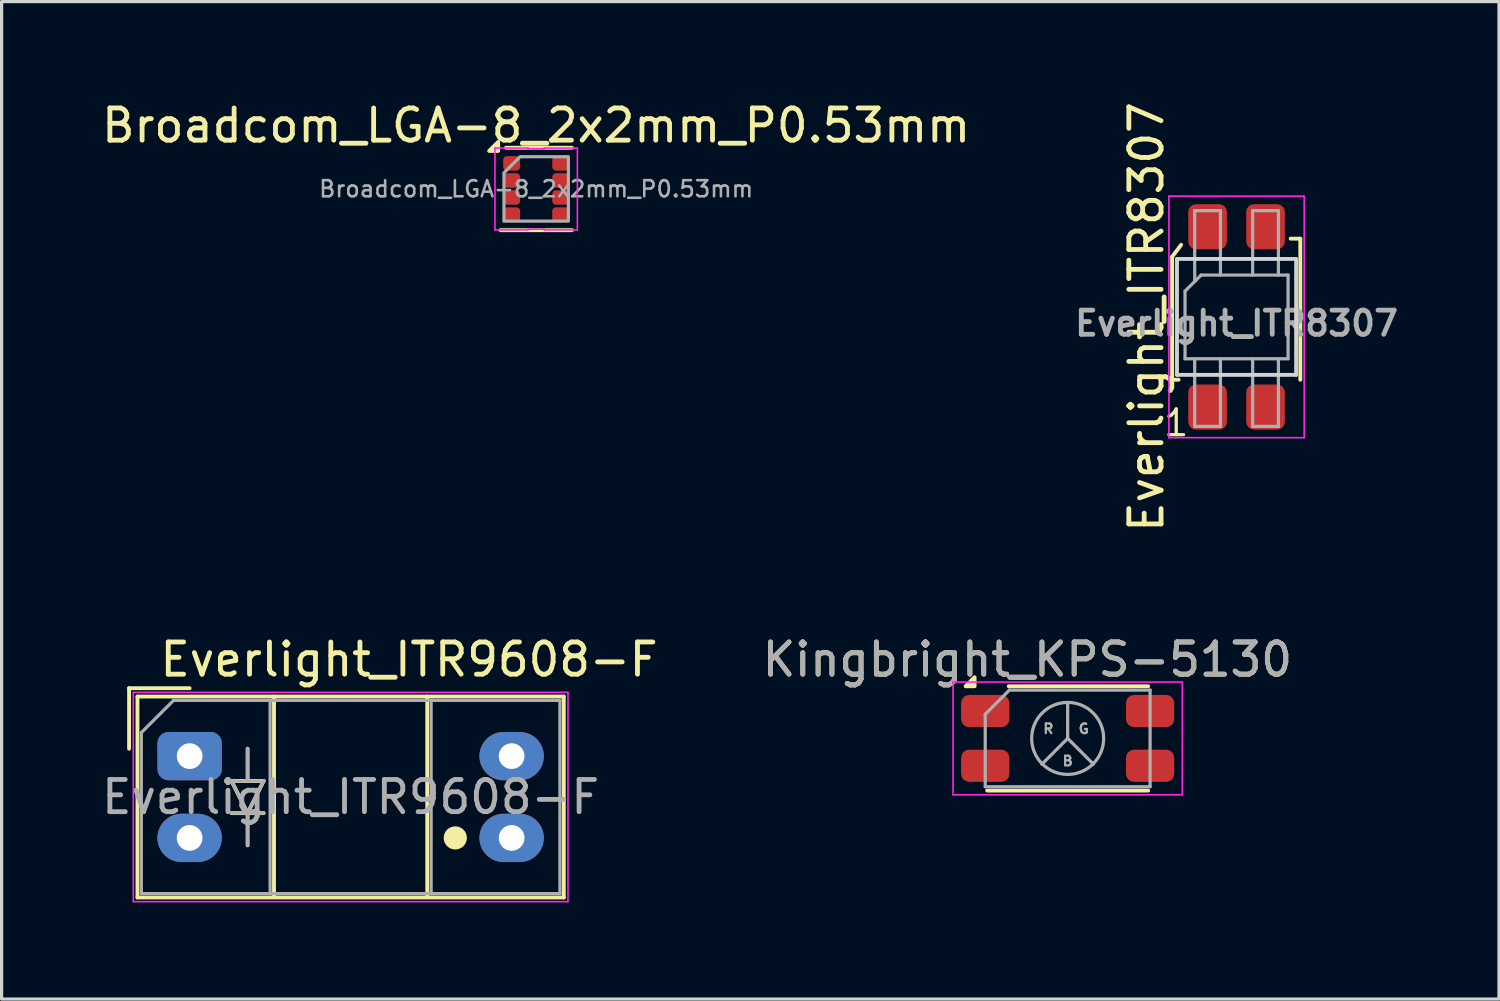
<source format=kicad_pcb>
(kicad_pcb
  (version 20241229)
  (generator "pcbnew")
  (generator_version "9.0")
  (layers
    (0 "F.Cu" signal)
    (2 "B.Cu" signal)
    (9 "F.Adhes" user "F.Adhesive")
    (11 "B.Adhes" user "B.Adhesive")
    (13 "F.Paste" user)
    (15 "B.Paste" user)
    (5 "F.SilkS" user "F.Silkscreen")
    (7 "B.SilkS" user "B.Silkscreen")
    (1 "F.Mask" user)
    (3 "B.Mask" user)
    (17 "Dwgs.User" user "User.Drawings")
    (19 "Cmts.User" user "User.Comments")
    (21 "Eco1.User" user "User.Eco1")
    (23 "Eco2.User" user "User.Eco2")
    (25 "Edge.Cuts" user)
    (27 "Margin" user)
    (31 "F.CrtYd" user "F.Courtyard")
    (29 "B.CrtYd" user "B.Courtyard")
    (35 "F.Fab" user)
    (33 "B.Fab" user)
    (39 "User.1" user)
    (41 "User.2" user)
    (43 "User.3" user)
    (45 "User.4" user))
  (footprint "Everlight_ITR8307"
    (layer "F.Cu")
    (at 35.352 6.792)
    (property "Reference" "Everlight_ITR8307" (at -2.8 0 90) (layer "F.SilkS") (effects (font (size 1 1) (thickness 0.15))))
    (attr smd)
    (fp_line (start -2 -1.87) (end -2 1.94) (stroke (width 0.12) (type default)) (layer "F.SilkS"))
    (fp_line (start -2 1.95) (end -1.8 1.95) (stroke (width 0.12) (type solid)) (layer "F.SilkS"))
    (fp_line (start -1.72 -2.24) (end -2 -1.87) (stroke (width 0.12) (type default)) (layer "F.SilkS"))
    (fp_line (start 1.98 -2.43) (end 1.68 -2.43) (stroke (width 0.12) (type default)) (layer "F.SilkS"))
    (fp_line (start 1.98 -2.43) (end 1.98 1.95) (stroke (width 0.12) (type default)) (layer "F.SilkS"))
    (fp_line (start -1.85 -1.8) (end 1.85 -1.8) (stroke (width 0.12) (type solid)) (layer "Edge.Cuts"))
    (fp_line (start -1.85 1.8) (end -1.85 -1.8) (stroke (width 0.12) (type solid)) (layer "Edge.Cuts"))
    (fp_line (start 1.85 -1.8) (end 1.85 1.8) (stroke (width 0.12) (type solid)) (layer "Edge.Cuts"))
    (fp_line (start 1.85 1.8) (end -1.85 1.8) (stroke (width 0.12) (type solid)) (layer "Edge.Cuts"))
    (fp_line (start -2.1 -3.75) (end -2.1 3.75) (stroke (width 0.05) (type solid)) (layer "F.CrtYd"))
    (fp_line (start -2.1 -3.75) (end 2.1 -3.75) (stroke (width 0.05) (type solid)) (layer "F.CrtYd"))
    (fp_line (start 2.1 3.75) (end -2.1 3.75) (stroke (width 0.05) (type solid)) (layer "F.CrtYd"))
    (fp_line (start 2.1 3.75) (end 2.1 -3.75) (stroke (width 0.05) (type solid)) (layer "F.CrtYd"))
    (fp_line (start -1.6 -0.8) (end -1.1 -1.3) (stroke (width 0.1) (type solid)) (layer "F.Fab"))
    (fp_line (start -1.6 1.3) (end -1.6 -0.8) (stroke (width 0.1) (type solid)) (layer "F.Fab"))
    (fp_line (start -1.3 -3.3) (end -1.3 -1.1) (stroke (width 0.1) (type solid)) (layer "F.Fab"))
    (fp_line (start -1.3 -3.3) (end -0.5 -3.3) (stroke (width 0.1) (type solid)) (layer "F.Fab"))
    (fp_line (start -1.3 3.4) (end -1.3 1.3) (stroke (width 0.1) (type solid)) (layer "F.Fab"))
    (fp_line (start -1.1 -1.3) (end 1.6 -1.3) (stroke (width 0.1) (type solid)) (layer "F.Fab"))
    (fp_line (start -0.5 -3.3) (end -0.5 -1.3) (stroke (width 0.1) (type solid)) (layer "F.Fab"))
    (fp_line (start -0.5 1.3) (end -0.5 3.4) (stroke (width 0.1) (type solid)) (layer "F.Fab"))
    (fp_line (start -0.5 3.4) (end -1.3 3.4) (stroke (width 0.1) (type solid)) (layer "F.Fab"))
    (fp_line (start 0.5 -3.3) (end 1.3 -3.3) (stroke (width 0.1) (type solid)) (layer "F.Fab"))
    (fp_line (start 0.5 -1.3) (end 0.5 -3.3) (stroke (width 0.1) (type solid)) (layer "F.Fab"))
    (fp_line (start 0.5 1.3) (end 0.5 3.4) (stroke (width 0.1) (type solid)) (layer "F.Fab"))
    (fp_line (start 0.5 3.4) (end 1.3 3.4) (stroke (width 0.1) (type solid)) (layer "F.Fab"))
    (fp_line (start 1.3 -3.3) (end 1.3 -1.3) (stroke (width 0.1) (type solid)) (layer "F.Fab"))
    (fp_line (start 1.3 3.4) (end 1.3 1.3) (stroke (width 0.1) (type solid)) (layer "F.Fab"))
    (fp_line (start 1.6 -1.3) (end 1.6 1.3) (stroke (width 0.1) (type solid)) (layer "F.Fab"))
    (fp_line (start 1.6 1.3) (end -1.6 1.3) (stroke (width 0.1) (type solid)) (layer "F.Fab"))
    (fp_text user "1" (at -2.32 3.76 0) (unlocked yes) (layer "F.SilkS") (effects (font (size 0.8 0.8) (thickness 0.1)) (justify left bottom)))
    (fp_text user "${REFERENCE}" (at 0 0.2 0) (layer "F.Fab") (effects (font (size 0.75 0.75) (thickness 0.15))))
    (pad "1" smd roundrect (at -0.9 2.8) (size 1.2 1.4) (layers "F.Cu" "F.Mask" "F.Paste") (roundrect_rratio 0.2))
    (pad "2" smd roundrect (at -0.9 -2.8) (size 1.2 1.4) (layers "F.Cu" "F.Mask" "F.Paste") (roundrect_rratio 0.2))
    (pad "3" smd roundrect (at 0.9 2.8) (size 1.2 1.4) (layers "F.Cu" "F.Mask" "F.Paste") (roundrect_rratio 0.2))
    (pad "4" smd roundrect (at 0.9 -2.8) (size 1.2 1.4) (layers "F.Cu" "F.Mask" "F.Paste") (roundrect_rratio 0.2)))
  (footprint "Broadcom_LGA-8_2x2mm_P0.53mm"
    (layer "F.Cu")
    (at 13.601 2.818)
    (property "Reference" "Broadcom_LGA-8_2x2mm_P0.53mm" (at 0 -1.97 0) (layer "F.SilkS") (effects (font (size 1 1) (thickness 0.15))))
    (attr smd)
    (fp_line (start -0.94 -1.28) (end 1.11 -1.28) (stroke (width 0.12) (type solid)) (layer "F.SilkS"))
    (fp_line (start 1.11 1.28) (end -1.11 1.28) (stroke (width 0.12) (type solid)) (layer "F.SilkS"))
    (fp_poly (pts (xy -1.18 -1.18) (xy -1.46 -1.18) (xy -1.18 -1.46)) (stroke (width 0.12) (type solid)) (fill yes) (layer "F.SilkS"))
    (fp_line (start -1.28 -1.27) (end -0.25 -1.27) (stroke (width 0.05) (type solid)) (layer "F.CrtYd"))
    (fp_line (start -1.28 1.27) (end -1.28 -1.27) (stroke (width 0.05) (type solid)) (layer "F.CrtYd"))
    (fp_line (start -0.25 -1.27) (end -0.25 -1.25) (stroke (width 0.05) (type solid)) (layer "F.CrtYd"))
    (fp_line (start -0.25 -1.25) (end 0.25 -1.25) (stroke (width 0.05) (type solid)) (layer "F.CrtYd"))
    (fp_line (start -0.25 1.25) (end -0.25 1.27) (stroke (width 0.05) (type solid)) (layer "F.CrtYd"))
    (fp_line (start -0.25 1.27) (end -1.28 1.27) (stroke (width 0.05) (type solid)) (layer "F.CrtYd"))
    (fp_line (start 0.25 -1.27) (end 1.28 -1.27) (stroke (width 0.05) (type solid)) (layer "F.CrtYd"))
    (fp_line (start 0.25 -1.25) (end 0.25 -1.27) (stroke (width 0.05) (type solid)) (layer "F.CrtYd"))
    (fp_line (start 0.25 1.25) (end -0.25 1.25) (stroke (width 0.05) (type solid)) (layer "F.CrtYd"))
    (fp_line (start 0.25 1.27) (end 0.25 1.25) (stroke (width 0.05) (type solid)) (layer "F.CrtYd"))
    (fp_line (start 1.28 -1.27) (end 1.28 1.27) (stroke (width 0.05) (type solid)) (layer "F.CrtYd"))
    (fp_line (start 1.28 1.27) (end 0.25 1.27) (stroke (width 0.05) (type solid)) (layer "F.CrtYd"))
    (fp_poly (pts (xy -1 -0.5) (xy -1 1) (xy 1 1) (xy 1 -1) (xy -0.5 -1)) (stroke (width 0.1) (type solid)) (fill no) (layer "F.Fab"))
    (fp_text user "${REFERENCE}" (at 0 0 0) (layer "F.Fab") (effects (font (size 0.5 0.5) (thickness 0.08))))
    (pad "1" smd roundrect (at -0.762 -0.795) (size 0.525 0.45) (layers "F.Cu" "F.Mask" "F.Paste") (roundrect_rratio 0.25))
    (pad "2" smd roundrect (at -0.762 -0.265) (size 0.525 0.45) (layers "F.Cu" "F.Mask" "F.Paste") (roundrect_rratio 0.25))
    (pad "3" smd roundrect (at -0.762 0.265) (size 0.525 0.45) (layers "F.Cu" "F.Mask" "F.Paste") (roundrect_rratio 0.25))
    (pad "4" smd roundrect (at -0.762 0.795) (size 0.525 0.45) (layers "F.Cu" "F.Mask" "F.Paste") (roundrect_rratio 0.25))
    (pad "5" smd roundrect (at 0.762 0.795) (size 0.525 0.45) (layers "F.Cu" "F.Mask" "F.Paste") (roundrect_rratio 0.25))
    (pad "6" smd roundrect (at 0.762 0.265) (size 0.525 0.45) (layers "F.Cu" "F.Mask" "F.Paste") (roundrect_rratio 0.25))
    (pad "7" smd roundrect (at 0.762 -0.265) (size 0.525 0.45) (layers "F.Cu" "F.Mask" "F.Paste") (roundrect_rratio 0.25))
    (pad "8" smd roundrect (at 0.762 -0.795) (size 0.525 0.45) (layers "F.Cu" "F.Mask" "F.Paste") (roundrect_rratio 0.25)))
  (footprint "Kingbright_KPS-5130"
    (layer "F.Cu")
    (at 30.107 19.882)
    (property "Reference" "Kingbright_KPS-5130" (at -1.25 -2.45 0) (layer "F.SilkS") (effects (font (size 1 1) (thickness 0.15))))
    (attr smd)
    (fp_line (start -1.83 -1.62) (end 2.5 -1.62) (stroke (width 0.12) (type solid)) (layer "F.SilkS"))
    (fp_line (start 2.5 1.62) (end -2.5 1.62) (stroke (width 0.12) (type solid)) (layer "F.SilkS"))
    (fp_poly (pts (xy -2.89 -1.62) (xy -3.17 -1.62) (xy -2.89 -1.9) (xy -2.89 -1.62)) (stroke (width 0.12) (type solid)) (fill yes) (layer "F.SilkS"))
    (fp_line (start -3.56 -1.75) (end -3.56 1.75) (stroke (width 0.05) (type solid)) (layer "F.CrtYd"))
    (fp_line (start -3.56 -1.75) (end 3.56 -1.75) (stroke (width 0.05) (type solid)) (layer "F.CrtYd"))
    (fp_line (start 3.56 1.75) (end -3.56 1.75) (stroke (width 0.05) (type solid)) (layer "F.CrtYd"))
    (fp_line (start 3.56 1.75) (end 3.56 -1.75) (stroke (width 0.05) (type solid)) (layer "F.CrtYd"))
    (fp_line (start -2.56 -0.75) (end -2.56 1.5) (stroke (width 0.1) (type solid)) (layer "F.Fab"))
    (fp_line (start -2.56 -0.75) (end -1.81 -1.5) (stroke (width 0.1) (type solid)) (layer "F.Fab"))
    (fp_line (start -2.56 1.5) (end 2.56 1.5) (stroke (width 0.1) (type solid)) (layer "F.Fab"))
    (fp_line (start 0 0) (end -0.8 0.8) (stroke (width 0.1) (type solid)) (layer "F.Fab"))
    (fp_line (start 0 0) (end 0 -1.1) (stroke (width 0.1) (type solid)) (layer "F.Fab"))
    (fp_line (start 0 0) (end 0.8 0.8) (stroke (width 0.1) (type solid)) (layer "F.Fab"))
    (fp_line (start 2.56 -1.5) (end -1.81 -1.5) (stroke (width 0.1) (type solid)) (layer "F.Fab"))
    (fp_line (start 2.56 1.5) (end 2.56 -1.5) (stroke (width 0.1) (type solid)) (layer "F.Fab"))
    (fp_circle (center 0 0) (end 1 0.5) (stroke (width 0.1) (type solid)) (fill no) (layer "F.Fab"))
    (fp_text user "B" (at 0 0.7 0) (layer "F.Fab") (effects (font (size 0.3 0.3) (thickness 0.07))))
    (fp_text user "G" (at 0.5 -0.3 0) (layer "F.Fab") (effects (font (size 0.3 0.3) (thickness 0.07))))
    (fp_text user "${REFERENCE}" (at -1.25 -2.45 0) (layer "F.Fab") (effects (font (size 1 1) (thickness 0.15))))
    (fp_text user "R" (at -0.6 -0.3 0) (layer "F.Fab") (effects (font (size 0.3 0.3) (thickness 0.07))))
    (pad "1" smd roundrect (at -2.56 -0.85) (size 1.5 1) (layers "F.Cu" "F.Mask" "F.Paste") (roundrect_rratio 0.25))
    (pad "2" smd roundrect (at 2.56 -0.85) (size 1.5 1) (layers "F.Cu" "F.Mask" "F.Paste") (roundrect_rratio 0.25))
    (pad "3" smd roundrect (at -2.56 0.85) (size 1.5 1) (layers "F.Cu" "F.Mask" "F.Paste") (roundrect_rratio 0.25))
    (pad "4" smd roundrect (at 2.56 0.85) (size 1.5 1) (layers "F.Cu" "F.Mask" "F.Paste") (roundrect_rratio 0.25)))
  (footprint "Everlight_ITR9608-F"
    (layer "F.Cu")
    (at 2.839 20.432)
    (property "Reference" "Everlight_ITR9608-F" (at -1 -3 180) (layer "F.SilkS") (effects (font (size 1 1) (thickness 0.15)) (justify left)))
    (attr through_hole)
    (fp_line (start -1.88 -2.11) (end -1.88 -0.23) (stroke (width 0.12) (type solid)) (layer "F.SilkS"))
    (fp_line (start -1.88 -2.11) (end 0 -2.11) (stroke (width 0.12) (type solid)) (layer "F.SilkS"))
    (fp_line (start -1.62 -1.85) (end 11.62 -1.85) (stroke (width 0.12) (type solid)) (layer "F.SilkS"))
    (fp_line (start -1.62 4.39) (end -1.62 -1.85) (stroke (width 0.12) (type solid)) (layer "F.SilkS"))
    (fp_line (start 1.3 0.77) (end 1.8 1.77) (stroke (width 0.12) (type solid)) (layer "F.SilkS"))
    (fp_line (start 1.8 0.77) (end 1.8 -0.23) (stroke (width 0.12) (type solid)) (layer "F.SilkS"))
    (fp_line (start 1.8 1.77) (end 1.8 2.77) (stroke (width 0.12) (type solid)) (layer "F.SilkS"))
    (fp_line (start 1.8 1.77) (end 2.3 0.77) (stroke (width 0.12) (type solid)) (layer "F.SilkS"))
    (fp_line (start 2.3 0.77) (end 1.3 0.77) (stroke (width 0.12) (type solid)) (layer "F.SilkS"))
    (fp_line (start 2.3 1.77) (end 1.3 1.77) (stroke (width 0.12) (type solid)) (layer "F.SilkS"))
    (fp_line (start 2.62 4.37) (end 2.62 -1.85) (stroke (width 0.12) (type solid)) (layer "F.SilkS"))
    (fp_line (start 7.38 4.37) (end 7.38 -1.85) (stroke (width 0.12) (type solid)) (layer "F.SilkS"))
    (fp_line (start 11.62 -1.85) (end 11.62 4.39) (stroke (width 0.12) (type solid)) (layer "F.SilkS"))
    (fp_line (start 11.62 4.39) (end -1.62 4.39) (stroke (width 0.12) (type solid)) (layer "F.SilkS"))
    (fp_circle (center 8.25 2.54) (end 8.55 2.54) (stroke (width 0.12) (type solid)) (fill yes) (layer "F.SilkS"))
    (fp_line (start -1.75 -1.98) (end 11.75 -1.98) (stroke (width 0.05) (type solid)) (layer "F.CrtYd"))
    (fp_line (start -1.75 4.52) (end -1.75 -1.98) (stroke (width 0.05) (type solid)) (layer "F.CrtYd"))
    (fp_line (start 11.75 -1.98) (end 11.75 4.52) (stroke (width 0.05) (type solid)) (layer "F.CrtYd"))
    (fp_line (start 11.75 4.52) (end -1.75 4.52) (stroke (width 0.05) (type solid)) (layer "F.CrtYd"))
    (fp_line (start -1.5 -0.73) (end -0.5 -1.73) (stroke (width 0.1) (type solid)) (layer "F.Fab"))
    (fp_line (start -1.5 4.27) (end -1.5 -0.73) (stroke (width 0.1) (type solid)) (layer "F.Fab"))
    (fp_line (start -0.5 -1.73) (end 11.5 -1.73) (stroke (width 0.1) (type solid)) (layer "F.Fab"))
    (fp_line (start 1.3 0.77) (end 1.8 1.77) (stroke (width 0.1) (type solid)) (layer "F.Fab"))
    (fp_line (start 1.8 0.77) (end 1.8 -0.23) (stroke (width 0.1) (type solid)) (layer "F.Fab"))
    (fp_line (start 1.8 1.77) (end 1.8 2.77) (stroke (width 0.1) (type solid)) (layer "F.Fab"))
    (fp_line (start 1.8 1.77) (end 2.3 0.77) (stroke (width 0.1) (type solid)) (layer "F.Fab"))
    (fp_line (start 2.3 0.77) (end 1.3 0.77) (stroke (width 0.1) (type solid)) (layer "F.Fab"))
    (fp_line (start 2.3 1.77) (end 1.3 1.77) (stroke (width 0.1) (type solid)) (layer "F.Fab"))
    (fp_line (start 2.5 -1.73) (end 2.5 4.27) (stroke (width 0.1) (type solid)) (layer "F.Fab"))
    (fp_line (start 7.5 -1.73) (end 7.5 4.27) (stroke (width 0.1) (type solid)) (layer "F.Fab"))
    (fp_line (start 11.5 -1.73) (end 11.5 4.27) (stroke (width 0.1) (type solid)) (layer "F.Fab"))
    (fp_line (start 11.5 4.27) (end -1.5 4.27) (stroke (width 0.1) (type solid)) (layer "F.Fab"))
    (fp_text user "${REFERENCE}" (at 5 1.27 180) (layer "F.Fab") (effects (font (size 1 1) (thickness 0.15))))
    (pad "1" thru_hole roundrect (at 0 0 90) (size 1.5 2) (drill 0.8) (layers "*.Cu" "*.Mask") (roundrect_rratio 0.227))
    (pad "2" thru_hole oval (at 0 2.54 90) (size 1.5 2) (drill 0.8) (layers "*.Cu" "*.Mask"))
    (pad "3" thru_hole oval (at 10 2.54 90) (size 1.5 2) (drill 0.8) (layers "*.Cu" "*.Mask"))
    (pad "4" thru_hole oval (at 10 0 90) (size 1.5 2) (drill 0.8) (layers "*.Cu" "*.Mask")))
  (gr_rect
    (start -3 -3)
    (end 43.502 27.977)
    (stroke (width 0.1) (type default))
    (fill no)
    (layer "Edge.Cuts")))
</source>
